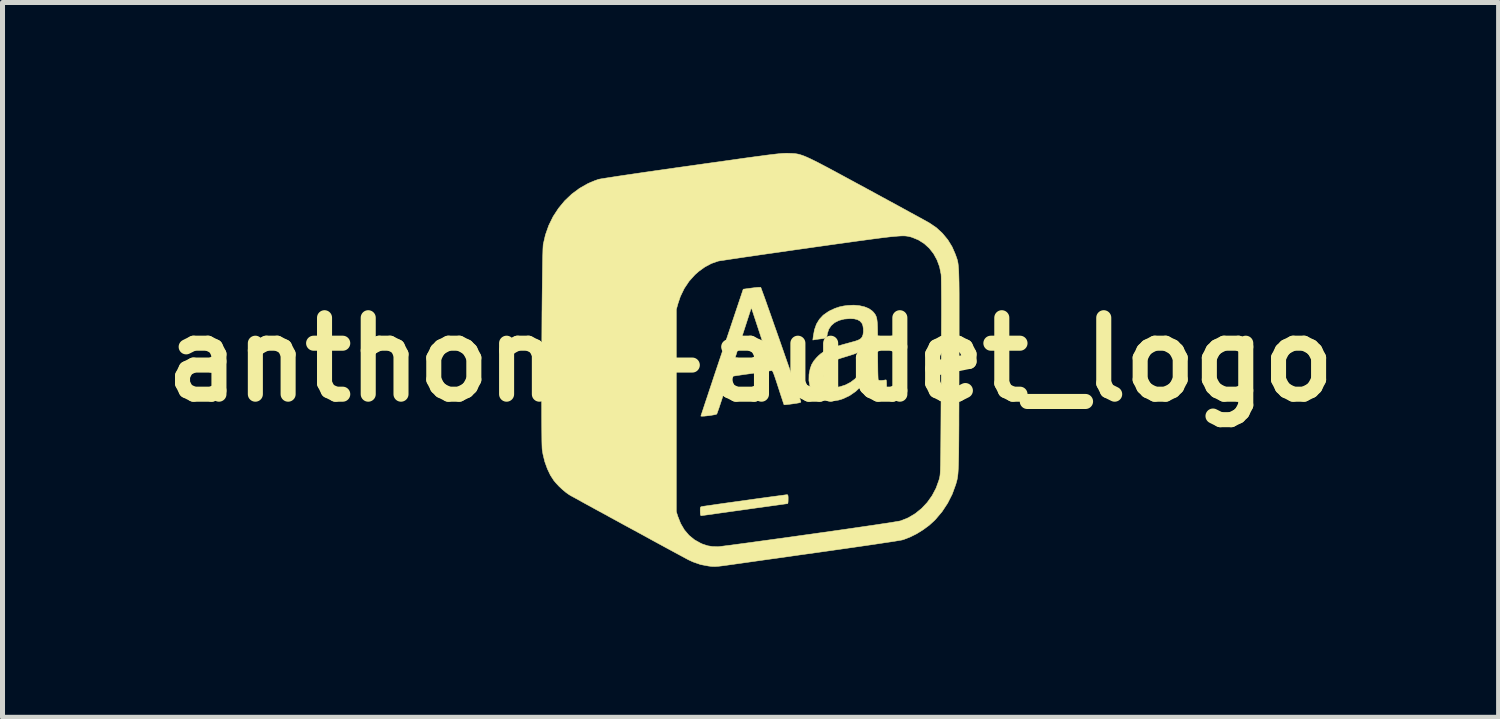
<source format=kicad_pcb>
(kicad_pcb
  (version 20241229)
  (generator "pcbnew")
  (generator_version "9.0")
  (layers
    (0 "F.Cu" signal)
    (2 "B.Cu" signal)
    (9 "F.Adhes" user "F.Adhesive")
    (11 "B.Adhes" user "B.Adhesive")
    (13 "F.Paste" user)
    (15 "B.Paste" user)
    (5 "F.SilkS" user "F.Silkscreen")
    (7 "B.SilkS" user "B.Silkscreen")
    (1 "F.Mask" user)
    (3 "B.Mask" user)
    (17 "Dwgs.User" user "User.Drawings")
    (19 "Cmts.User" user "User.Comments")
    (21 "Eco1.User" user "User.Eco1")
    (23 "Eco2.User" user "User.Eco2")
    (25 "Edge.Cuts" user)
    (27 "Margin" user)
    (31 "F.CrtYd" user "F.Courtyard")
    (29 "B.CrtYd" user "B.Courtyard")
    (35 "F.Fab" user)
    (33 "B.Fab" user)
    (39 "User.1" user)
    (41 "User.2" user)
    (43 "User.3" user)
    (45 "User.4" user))
  (footprint "anthony-audet_logo"
    (layer "F.Cu")
    (at 11.909 4.117)
    (property "Reference" "anthony-audet_logo" (at 0 0 0) (layer "F.SilkS") (effects (font (size 1.524 1.524) (thickness 0.3))))
    (attr through_hole)
    (fp_poly (pts (xy 0.739 2.696) (xy 0.746 2.711) (xy 0.749 2.741) (xy 0.749 2.781) (xy 0.748 2.825) (xy 0.745 2.857) (xy 0.74 2.87) (xy 0.74 2.87) (xy 0.726 2.872) (xy 0.689 2.877) (xy 0.631 2.885) (xy 0.554 2.896) (xy 0.46 2.909) (xy 0.351 2.924) (xy 0.23 2.941) (xy 0.098 2.959) (xy -0.043 2.979) (xy -0.127 2.991) (xy -0.272 3.011) (xy -0.408 3.03) (xy -0.535 3.048) (xy -0.651 3.064) (xy -0.752 3.079) (xy -0.838 3.091) (xy -0.906 3.1) (xy -0.955 3.107) (xy -0.981 3.111) (xy -0.985 3.111) (xy -0.993 3.105) (xy -0.995 3.103) (xy -0.999 3.087) (xy -1.002 3.053) (xy -1.003 3.015) (xy -1.003 2.972) (xy -0.999 2.947) (xy -0.99 2.935) (xy -0.972 2.929) (xy -0.968 2.929) (xy -0.948 2.925) (xy -0.906 2.919) (xy -0.844 2.91) (xy -0.765 2.899) (xy -0.672 2.885) (xy -0.566 2.87) (xy -0.452 2.854) (xy -0.33 2.837) (xy -0.205 2.82) (xy -0.077 2.802) (xy 0.049 2.784) (xy 0.172 2.767) (xy 0.289 2.751) (xy 0.398 2.736) (xy 0.495 2.723) (xy 0.579 2.712) (xy 0.647 2.703) (xy 0.695 2.696) (xy 0.723 2.693) (xy 0.728 2.692) (xy 0.739 2.696)) (stroke (width 0.01) (type solid)) (fill yes) (layer "F.SilkS"))
    (fp_poly (pts (xy 0.202 -1.44) (xy 0.204 -1.439) (xy 0.209 -1.425) (xy 0.222 -1.39) (xy 0.242 -1.335) (xy 0.269 -1.262) (xy 0.301 -1.173) (xy 0.337 -1.07) (xy 0.378 -0.955) (xy 0.422 -0.83) (xy 0.468 -0.698) (xy 0.517 -0.56) (xy 0.567 -0.418) (xy 0.617 -0.274) (xy 0.667 -0.131) (xy 0.716 0.01) (xy 0.764 0.146) (xy 0.809 0.276) (xy 0.852 0.398) (xy 0.89 0.509) (xy 0.924 0.608) (xy 0.953 0.692) (xy 0.976 0.76) (xy 0.992 0.809) (xy 1.002 0.837) (xy 1.003 0.844) (xy 0.994 0.853) (xy 0.964 0.862) (xy 0.912 0.871) (xy 0.837 0.882) (xy 0.776 0.89) (xy 0.724 0.896) (xy 0.686 0.9) (xy 0.668 0.9) (xy 0.667 0.9) (xy 0.663 0.887) (xy 0.651 0.853) (xy 0.634 0.801) (xy 0.612 0.735) (xy 0.586 0.656) (xy 0.558 0.569) (xy 0.553 0.554) (xy 0.521 0.455) (xy 0.495 0.377) (xy 0.475 0.318) (xy 0.459 0.275) (xy 0.447 0.247) (xy 0.437 0.229) (xy 0.429 0.221) (xy 0.421 0.219) (xy 0.415 0.22) (xy 0.396 0.223) (xy 0.355 0.229) (xy 0.295 0.238) (xy 0.221 0.249) (xy 0.134 0.261) (xy 0.038 0.274) (xy -0.01 0.281) (xy -0.108 0.294) (xy -0.197 0.307) (xy -0.276 0.319) (xy -0.341 0.329) (xy -0.388 0.336) (xy -0.414 0.341) (xy -0.419 0.343) (xy -0.426 0.356) (xy -0.439 0.391) (xy -0.458 0.444) (xy -0.481 0.512) (xy -0.508 0.592) (xy -0.537 0.681) (xy -0.547 0.712) (xy -0.576 0.803) (xy -0.604 0.887) (xy -0.628 0.96) (xy -0.649 1.019) (xy -0.664 1.061) (xy -0.672 1.082) (xy -0.674 1.085) (xy -0.69 1.092) (xy -0.725 1.1) (xy -0.772 1.108) (xy -0.825 1.116) (xy -0.879 1.122) (xy -0.927 1.127) (xy -0.965 1.128) (xy -0.987 1.127) (xy -0.99 1.125) (xy -0.986 1.111) (xy -0.974 1.075) (xy -0.955 1.018) (xy -0.93 0.942) (xy -0.899 0.848) (xy -0.862 0.738) (xy -0.821 0.613) (xy -0.775 0.476) (xy -0.726 0.327) (xy -0.673 0.169) (xy -0.626 0.029) (xy -0.329 0.029) (xy -0.326 0.033) (xy -0.317 0.036) (xy -0.299 0.036) (xy -0.268 0.033) (xy -0.223 0.028) (xy -0.161 0.02) (xy -0.079 0.009) (xy 0.023 -0.006) (xy 0.109 -0.018) (xy 0.185 -0.029) (xy 0.25 -0.039) (xy 0.299 -0.046) (xy 0.328 -0.051) (xy 0.336 -0.053) (xy 0.332 -0.066) (xy 0.322 -0.1) (xy 0.305 -0.153) (xy 0.283 -0.222) (xy 0.256 -0.306) (xy 0.225 -0.4) (xy 0.191 -0.504) (xy 0.177 -0.546) (xy 0.016 -1.035) (xy -0.126 -0.597) (xy -0.16 -0.492) (xy -0.193 -0.392) (xy -0.223 -0.299) (xy -0.249 -0.218) (xy -0.271 -0.151) (xy -0.287 -0.101) (xy -0.295 -0.076) (xy -0.309 -0.032) (xy -0.321 0.004) (xy -0.327 0.022) (xy -0.329 0.029) (xy -0.626 0.029) (xy -0.617 0.002) (xy -0.567 -0.146) (xy -0.146 -1.403) (xy 0.024 -1.426) (xy 0.087 -1.434) (xy 0.141 -1.439) (xy 0.181 -1.441) (xy 0.202 -1.44)) (stroke (width 0.01) (type solid)) (fill yes) (layer "F.SilkS"))
    (fp_poly (pts (xy 2.169 -1.075) (xy 2.27 -1.052) (xy 2.357 -1.017) (xy 2.425 -0.969) (xy 2.451 -0.943) (xy 2.469 -0.92) (xy 2.485 -0.898) (xy 2.497 -0.874) (xy 2.508 -0.847) (xy 2.516 -0.814) (xy 2.522 -0.773) (xy 2.527 -0.721) (xy 2.53 -0.655) (xy 2.532 -0.574) (xy 2.533 -0.476) (xy 2.534 -0.356) (xy 2.534 -0.215) (xy 2.534 -0.191) (xy 2.534 -0.071) (xy 2.535 0.04) (xy 2.536 0.142) (xy 2.537 0.23) (xy 2.539 0.304) (xy 2.541 0.359) (xy 2.543 0.394) (xy 2.545 0.405) (xy 2.565 0.414) (xy 2.603 0.416) (xy 2.656 0.411) (xy 2.693 0.404) (xy 2.702 0.406) (xy 2.707 0.421) (xy 2.71 0.451) (xy 2.711 0.502) (xy 2.711 0.514) (xy 2.711 0.628) (xy 2.649 0.651) (xy 2.599 0.666) (xy 2.54 0.678) (xy 2.508 0.682) (xy 2.43 0.68) (xy 2.367 0.659) (xy 2.319 0.617) (xy 2.285 0.554) (xy 2.272 0.517) (xy 2.259 0.469) (xy 2.201 0.533) (xy 2.095 0.634) (xy 1.975 0.717) (xy 1.845 0.779) (xy 1.759 0.806) (xy 1.692 0.818) (xy 1.617 0.824) (xy 1.544 0.823) (xy 1.483 0.814) (xy 1.459 0.808) (xy 1.362 0.761) (xy 1.284 0.697) (xy 1.224 0.617) (xy 1.183 0.524) (xy 1.163 0.419) (xy 1.165 0.321) (xy 1.46 0.321) (xy 1.471 0.392) (xy 1.499 0.455) (xy 1.544 0.504) (xy 1.605 0.537) (xy 1.611 0.539) (xy 1.651 0.551) (xy 1.682 0.556) (xy 1.712 0.555) (xy 1.751 0.548) (xy 1.789 0.539) (xy 1.895 0.504) (xy 1.994 0.452) (xy 2.08 0.387) (xy 2.151 0.311) (xy 2.202 0.227) (xy 2.211 0.207) (xy 2.224 0.169) (xy 2.233 0.127) (xy 2.239 0.076) (xy 2.243 0.009) (xy 2.245 -0.037) (xy 2.251 -0.207) (xy 2.213 -0.18) (xy 2.176 -0.158) (xy 2.126 -0.135) (xy 2.06 -0.11) (xy 1.974 -0.082) (xy 1.889 -0.056) (xy 1.779 -0.022) (xy 1.692 0.01) (xy 1.624 0.042) (xy 1.572 0.076) (xy 1.532 0.114) (xy 1.503 0.157) (xy 1.498 0.166) (xy 1.469 0.244) (xy 1.46 0.321) (xy 1.165 0.321) (xy 1.165 0.303) (xy 1.168 0.281) (xy 1.188 0.182) (xy 1.217 0.1) (xy 1.26 0.028) (xy 1.31 -0.032) (xy 1.355 -0.078) (xy 1.4 -0.117) (xy 1.449 -0.151) (xy 1.503 -0.182) (xy 1.568 -0.211) (xy 1.645 -0.24) (xy 1.739 -0.27) (xy 1.852 -0.303) (xy 1.93 -0.324) (xy 2.016 -0.348) (xy 2.082 -0.366) (xy 2.129 -0.382) (xy 2.164 -0.397) (xy 2.188 -0.412) (xy 2.206 -0.428) (xy 2.221 -0.448) (xy 2.224 -0.453) (xy 2.241 -0.496) (xy 2.249 -0.553) (xy 2.248 -0.616) (xy 2.239 -0.675) (xy 2.222 -0.721) (xy 2.219 -0.725) (xy 2.181 -0.768) (xy 2.13 -0.797) (xy 2.064 -0.813) (xy 1.981 -0.817) (xy 1.865 -0.808) (xy 1.763 -0.781) (xy 1.677 -0.738) (xy 1.609 -0.68) (xy 1.56 -0.608) (xy 1.532 -0.524) (xy 1.529 -0.504) (xy 1.522 -0.467) (xy 1.509 -0.443) (xy 1.485 -0.428) (xy 1.445 -0.419) (xy 1.403 -0.414) (xy 1.354 -0.408) (xy 1.307 -0.401) (xy 1.284 -0.398) (xy 1.241 -0.39) (xy 1.25 -0.465) (xy 1.274 -0.596) (xy 1.314 -0.708) (xy 1.372 -0.803) (xy 1.448 -0.885) (xy 1.545 -0.953) (xy 1.585 -0.976) (xy 1.678 -1.019) (xy 1.765 -1.049) (xy 1.858 -1.069) (xy 1.935 -1.079) (xy 2.056 -1.085) (xy 2.169 -1.075)) (stroke (width 0.01) (type solid)) (fill yes) (layer "F.SilkS"))
    (fp_poly (pts (xy 0.746 -4.112) (xy 0.768 -4.111) (xy 0.809 -4.11) (xy 0.846 -4.108) (xy 0.88 -4.106) (xy 0.914 -4.101) (xy 0.949 -4.095) (xy 0.986 -4.085) (xy 1.027 -4.072) (xy 1.073 -4.055) (xy 1.125 -4.033) (xy 1.186 -4.005) (xy 1.256 -3.971) (xy 1.337 -3.931) (xy 1.43 -3.882) (xy 1.537 -3.826) (xy 1.66 -3.76) (xy 1.799 -3.685) (xy 1.956 -3.6) (xy 2.133 -3.504) (xy 2.307 -3.41) (xy 2.467 -3.323) (xy 2.623 -3.238) (xy 2.774 -3.156) (xy 2.916 -3.079) (xy 3.049 -3.006) (xy 3.171 -2.939) (xy 3.28 -2.88) (xy 3.375 -2.828) (xy 3.453 -2.785) (xy 3.513 -2.752) (xy 3.554 -2.729) (xy 3.569 -2.72) (xy 3.704 -2.628) (xy 3.825 -2.516) (xy 3.931 -2.388) (xy 4.017 -2.248) (xy 4.078 -2.108) (xy 4.089 -2.079) (xy 4.098 -2.053) (xy 4.107 -2.029) (xy 4.115 -2.005) (xy 4.122 -1.981) (xy 4.128 -1.955) (xy 4.134 -1.925) (xy 4.138 -1.892) (xy 4.142 -1.852) (xy 4.146 -1.806) (xy 4.149 -1.752) (xy 4.151 -1.688) (xy 4.153 -1.613) (xy 4.155 -1.526) (xy 4.156 -1.426) (xy 4.157 -1.312) (xy 4.157 -1.182) (xy 4.157 -1.035) (xy 4.157 -0.869) (xy 4.157 -0.684) (xy 4.157 -0.479) (xy 4.156 -0.251) (xy 4.156 0.000061) (xy 4.155 0.184) (xy 4.155 0.454) (xy 4.154 0.7) (xy 4.154 0.923) (xy 4.153 1.124) (xy 4.153 1.305) (xy 4.152 1.466) (xy 4.151 1.61) (xy 4.15 1.737) (xy 4.149 1.849) (xy 4.147 1.947) (xy 4.145 2.032) (xy 4.143 2.105) (xy 4.14 2.168) (xy 4.137 2.222) (xy 4.134 2.268) (xy 4.13 2.307) (xy 4.125 2.341) (xy 4.12 2.371) (xy 4.115 2.398) (xy 4.108 2.423) (xy 4.101 2.448) (xy 4.094 2.475) (xy 4.088 2.493) (xy 4.02 2.68) (xy 3.929 2.86) (xy 3.817 3.03) (xy 3.687 3.184) (xy 3.664 3.208) (xy 3.559 3.303) (xy 3.438 3.392) (xy 3.309 3.472) (xy 3.178 3.537) (xy 3.051 3.586) (xy 3.023 3.594) (xy 2.998 3.599) (xy 2.949 3.607) (xy 2.879 3.619) (xy 2.789 3.633) (xy 2.68 3.649) (xy 2.555 3.668) (xy 2.415 3.689) (xy 2.262 3.711) (xy 2.097 3.735) (xy 1.923 3.76) (xy 1.74 3.786) (xy 1.551 3.813) (xy 1.48 3.823) (xy 1.283 3.851) (xy 1.087 3.878) (xy 0.895 3.905) (xy 0.709 3.932) (xy 0.531 3.957) (xy 0.363 3.98) (xy 0.207 4.002) (xy 0.066 4.022) (xy -0.06 4.04) (xy -0.166 4.055) (xy -0.252 4.067) (xy -0.316 4.076) (xy -0.322 4.077) (xy -0.43 4.092) (xy -0.516 4.104) (xy -0.585 4.113) (xy -0.639 4.119) (xy -0.683 4.122) (xy -0.721 4.124) (xy -0.756 4.123) (xy -0.791 4.12) (xy -0.831 4.115) (xy -0.84 4.114) (xy -0.994 4.085) (xy -1.147 4.032) (xy -1.238 3.99) (xy -1.274 3.971) (xy -1.329 3.941) (xy -1.401 3.902) (xy -1.489 3.855) (xy -1.59 3.8) (xy -1.703 3.739) (xy -1.826 3.672) (xy -1.957 3.601) (xy -2.093 3.526) (xy -2.234 3.449) (xy -2.378 3.371) (xy -2.522 3.293) (xy -2.664 3.215) (xy -2.804 3.139) (xy -2.938 3.065) (xy -3.066 2.996) (xy -3.184 2.931) (xy -3.293 2.872) (xy -3.388 2.819) (xy -3.469 2.774) (xy -3.534 2.739) (xy -3.581 2.713) (xy -3.608 2.697) (xy -3.612 2.695) (xy -3.675 2.651) (xy -3.745 2.593) (xy -3.816 2.527) (xy -3.88 2.458) (xy -3.918 2.413) (xy -3.989 2.304) (xy -4.05 2.176) (xy -4.101 2.035) (xy -4.137 1.887) (xy -4.153 1.791) (xy -4.155 1.759) (xy -4.157 1.703) (xy -4.159 1.626) (xy -4.16 1.529) (xy -4.161 1.414) (xy -4.162 1.282) (xy -4.163 1.136) (xy -4.163 0.977) (xy -4.164 0.806) (xy -4.164 0.626) (xy -4.163 0.438) (xy -4.163 0.244) (xy -4.162 0.046) (xy -4.161 -0.155) (xy -4.16 -0.357) (xy -4.159 -0.557) (xy -4.158 -0.755) (xy -4.157 -0.949) (xy -4.156 -0.997) (xy -1.48 -0.997) (xy -1.48 3.029) (xy -1.45 3.124) (xy -1.393 3.268) (xy -1.319 3.394) (xy -1.227 3.502) (xy -1.117 3.592) (xy -0.991 3.662) (xy -0.954 3.678) (xy -0.853 3.711) (xy -0.75 3.727) (xy -0.641 3.728) (xy -0.617 3.726) (xy -0.568 3.72) (xy -0.498 3.711) (xy -0.407 3.7) (xy -0.297 3.685) (xy -0.17 3.668) (xy -0.027 3.649) (xy 0.13 3.627) (xy 0.3 3.604) (xy 0.481 3.579) (xy 0.672 3.553) (xy 0.871 3.525) (xy 1.077 3.496) (xy 1.187 3.481) (xy 1.448 3.444) (xy 1.69 3.41) (xy 1.914 3.378) (xy 2.119 3.348) (xy 2.304 3.321) (xy 2.469 3.297) (xy 2.613 3.275) (xy 2.736 3.257) (xy 2.835 3.241) (xy 2.912 3.228) (xy 2.965 3.219) (xy 2.994 3.213) (xy 2.996 3.212) (xy 3.144 3.152) (xy 3.283 3.069) (xy 3.409 2.967) (xy 3.522 2.847) (xy 3.618 2.712) (xy 3.697 2.563) (xy 3.755 2.402) (xy 3.761 2.381) (xy 3.765 2.367) (xy 3.768 2.354) (xy 3.771 2.339) (xy 3.774 2.321) (xy 3.777 2.3) (xy 3.779 2.274) (xy 3.781 2.242) (xy 3.783 2.202) (xy 3.784 2.153) (xy 3.786 2.095) (xy 3.787 2.025) (xy 3.788 1.943) (xy 3.79 1.847) (xy 3.791 1.736) (xy 3.792 1.609) (xy 3.793 1.465) (xy 3.794 1.301) (xy 3.795 1.118) (xy 3.796 0.914) (xy 3.798 0.687) (xy 3.799 0.436) (xy 3.8 0.343) (xy 3.801 0.051) (xy 3.802 -0.216) (xy 3.803 -0.459) (xy 3.804 -0.678) (xy 3.805 -0.875) (xy 3.805 -1.049) (xy 3.805 -1.201) (xy 3.804 -1.332) (xy 3.803 -1.443) (xy 3.802 -1.533) (xy 3.801 -1.604) (xy 3.8 -1.657) (xy 3.798 -1.691) (xy 3.797 -1.702) (xy 3.767 -1.85) (xy 3.716 -1.987) (xy 3.648 -2.111) (xy 3.562 -2.22) (xy 3.461 -2.312) (xy 3.346 -2.385) (xy 3.219 -2.437) (xy 3.186 -2.447) (xy 3.163 -2.452) (xy 3.141 -2.457) (xy 3.117 -2.461) (xy 3.09 -2.464) (xy 3.06 -2.466) (xy 3.025 -2.466) (xy 2.983 -2.464) (xy 2.934 -2.461) (xy 2.876 -2.456) (xy 2.808 -2.45) (xy 2.728 -2.441) (xy 2.635 -2.43) (xy 2.528 -2.416) (xy 2.406 -2.4) (xy 2.267 -2.381) (xy 2.11 -2.36) (xy 1.933 -2.335) (xy 1.736 -2.308) (xy 1.517 -2.277) (xy 1.275 -2.243) (xy 1.144 -2.224) (xy 0.937 -2.195) (xy 0.735 -2.166) (xy 0.542 -2.138) (xy 0.357 -2.112) (xy 0.184 -2.087) (xy 0.022 -2.063) (xy -0.126 -2.042) (xy -0.258 -2.022) (xy -0.374 -2.005) (xy -0.472 -1.99) (xy -0.55 -1.978) (xy -0.606 -1.97) (xy -0.64 -1.964) (xy -0.648 -1.962) (xy -0.78 -1.916) (xy -0.911 -1.846) (xy -1.036 -1.756) (xy -1.109 -1.691) (xy -1.225 -1.562) (xy -1.322 -1.417) (xy -1.399 -1.258) (xy -1.446 -1.118) (xy -1.48 -0.997) (xy -4.156 -0.997) (xy -4.155 -1.136) (xy -4.153 -1.316) (xy -4.151 -1.486) (xy -4.149 -1.644) (xy -4.147 -1.79) (xy -4.145 -1.921) (xy -4.143 -2.035) (xy -4.14 -2.131) (xy -4.138 -2.206) (xy -4.135 -2.26) (xy -4.133 -2.291) (xy -4.133 -2.292) (xy -4.088 -2.487) (xy -4.022 -2.674) (xy -3.935 -2.851) (xy -3.828 -3.015) (xy -3.704 -3.165) (xy -3.563 -3.299) (xy -3.408 -3.414) (xy -3.246 -3.506) (xy -3.181 -3.535) (xy -3.113 -3.563) (xy -3.052 -3.585) (xy -3.023 -3.594) (xy -2.999 -3.599) (xy -2.951 -3.607) (xy -2.882 -3.618) (xy -2.792 -3.632) (xy -2.682 -3.649) (xy -2.556 -3.668) (xy -2.413 -3.689) (xy -2.256 -3.712) (xy -2.086 -3.737) (xy -1.904 -3.763) (xy -1.713 -3.79) (xy -1.513 -3.819) (xy -1.306 -3.848) (xy -1.162 -3.868) (xy -0.916 -3.903) (xy -0.694 -3.934) (xy -0.494 -3.962) (xy -0.315 -3.987) (xy -0.156 -4.01) (xy -0.016 -4.029) (xy 0.108 -4.046) (xy 0.216 -4.06) (xy 0.309 -4.073) (xy 0.389 -4.083) (xy 0.458 -4.091) (xy 0.516 -4.098) (xy 0.565 -4.103) (xy 0.606 -4.107) (xy 0.642 -4.11) (xy 0.672 -4.111) (xy 0.698 -4.112) (xy 0.722 -4.112) (xy 0.746 -4.112)) (stroke (width 0.01) (type solid)) (fill yes) (layer "F.SilkS")))
  (gr_rect
    (start -3 -3)
    (end 26.818 11.246)
    (stroke (width 0.1) (type default))
    (fill no)
    (layer "Edge.Cuts")))
</source>
